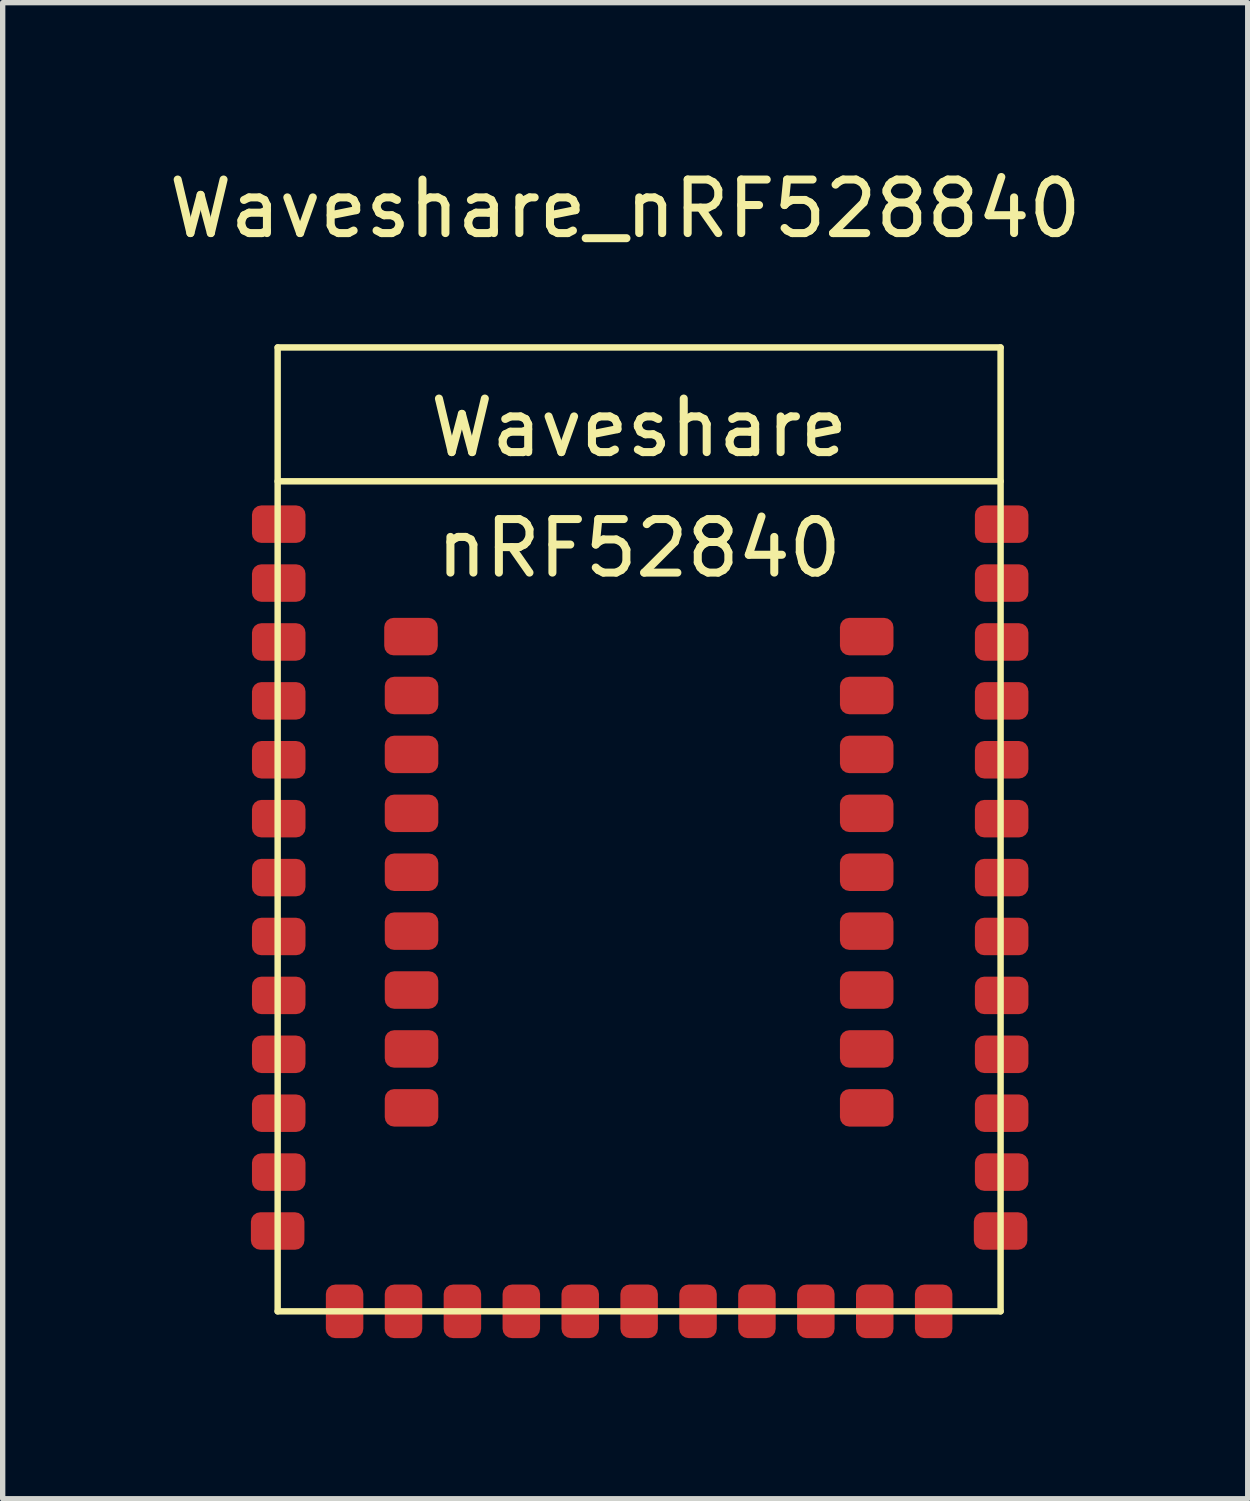
<source format=kicad_pcb>
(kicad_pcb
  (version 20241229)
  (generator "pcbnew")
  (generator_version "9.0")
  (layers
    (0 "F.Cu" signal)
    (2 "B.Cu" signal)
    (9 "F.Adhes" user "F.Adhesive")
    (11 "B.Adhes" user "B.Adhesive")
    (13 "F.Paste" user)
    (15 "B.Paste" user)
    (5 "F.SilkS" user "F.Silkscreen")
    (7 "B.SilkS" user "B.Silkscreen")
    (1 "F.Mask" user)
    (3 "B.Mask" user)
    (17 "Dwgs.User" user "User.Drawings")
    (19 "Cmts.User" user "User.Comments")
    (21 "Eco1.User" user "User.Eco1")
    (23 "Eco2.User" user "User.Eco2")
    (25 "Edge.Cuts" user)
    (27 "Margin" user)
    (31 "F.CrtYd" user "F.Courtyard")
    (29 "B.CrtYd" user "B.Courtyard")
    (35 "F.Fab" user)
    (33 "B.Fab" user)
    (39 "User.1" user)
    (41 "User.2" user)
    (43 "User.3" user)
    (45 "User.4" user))
  (footprint "Waveshare_nRF528840"
    (layer "F.Cu")
    (at 8.635 3.188)
    (property "Reference" "Waveshare_nRF528840" (at -0.01 -2.34 0) (unlocked yes) (layer "F.SilkS") (effects (font (size 1 1) (thickness 0.15))))
    (attr through_hole)
    (fp_line (start -6.5 0.25) (end -6.5 18.25) (stroke (width 0.12) (type solid)) (layer "F.SilkS"))
    (fp_line (start -6.5 18.25) (end 7 18.25) (stroke (width 0.12) (type solid)) (layer "F.SilkS"))
    (fp_line (start 7 0.25) (end -6.5 0.25) (stroke (width 0.12) (type solid)) (layer "F.SilkS"))
    (fp_line (start 7 2.75) (end -6.5 2.75) (stroke (width 0.12) (type solid)) (layer "F.SilkS"))
    (fp_line (start 7 18.25) (end 7 0.25) (stroke (width 0.12) (type solid)) (layer "F.SilkS"))
    (fp_text user "nRF52840" (at 0.25 4 0) (unlocked yes) (layer "F.SilkS") (effects (font (size 1 1) (thickness 0.15))))
    (fp_text user "Waveshare" (at 0.25 1.75 0) (unlocked yes) (layer "F.SilkS") (effects (font (size 1 1) (thickness 0.15))))
    (pad "A8" smd roundrect (at -6.48 14.55) (size 1 0.7) (layers "F.Cu" "F.Mask" "F.Paste") (roundrect_rratio 0.25))
    (pad "A10" smd roundrect (at -6.48 12.35) (size 1 0.7) (layers "F.Cu" "F.Mask" "F.Paste") (roundrect_rratio 0.25))
    (pad "A12" smd roundrect (at -6.48 10.15) (size 1 0.7) (layers "F.Cu" "F.Mask" "F.Paste") (roundrect_rratio 0.25))
    (pad "A14" smd roundrect (at -6.48 7.95) (size 1 0.7) (layers "F.Cu" "F.Mask" "F.Paste") (roundrect_rratio 0.25))
    (pad "A16" smd roundrect (at -6.48 6.85) (size 1 0.7) (layers "F.Cu" "F.Mask" "F.Paste") (roundrect_rratio 0.25))
    (pad "A20" smd roundrect (at -6.48 5.75) (size 1 0.7) (layers "F.Cu" "F.Mask" "F.Paste") (roundrect_rratio 0.25))
    (pad "AA24" smd roundrect (at 7.02 10.15) (size 1 0.7) (layers "F.Cu" "F.Mask" "F.Paste") (roundrect_rratio 0.25))
    (pad "AC9" smd roundrect (at 4.5 12.25) (size 1 0.7) (layers "F.Cu" "F.Mask" "F.Paste") (roundrect_rratio 0.25))
    (pad "AC11" smd roundrect (at 4.5 14.45) (size 1 0.7) (layers "F.Cu" "F.Mask" "F.Paste") (roundrect_rratio 0.25))
    (pad "AC13" smd roundrect (at 2.45 18.25 270) (size 1 0.7) (layers "F.Cu" "F.Mask" "F.Paste") (roundrect_rratio 0.25))
    (pad "AC15" smd roundrect (at 1.35 18.25 270) (size 1 0.7) (layers "F.Cu" "F.Mask" "F.Paste") (roundrect_rratio 0.25))
    (pad "AC17" smd roundrect (at 0.25 18.25 270) (size 1 0.7) (layers "F.Cu" "F.Mask" "F.Paste") (roundrect_rratio 0.25))
    (pad "AC19" smd roundrect (at -0.85 18.25 270) (size 1 0.7) (layers "F.Cu" "F.Mask" "F.Paste") (roundrect_rratio 0.25))
    (pad "AC21" smd roundrect (at -4 7.85) (size 1 0.7) (layers "F.Cu" "F.Mask" "F.Paste") (roundrect_rratio 0.25))
    (pad "AC24" smd roundrect (at 7.02 9.05) (size 1 0.7) (layers "F.Cu" "F.Mask" "F.Paste") (roundrect_rratio 0.25))
    (pad "AD2" smd roundrect (at 3.55 18.25 270) (size 1 0.7) (layers "F.Cu" "F.Mask" "F.Paste") (roundrect_rratio 0.25))
    (pad "AD4" smd roundrect (at 4.65 18.25 270) (size 1 0.7) (layers "F.Cu" "F.Mask" "F.Paste") (roundrect_rratio 0.25))
    (pad "AD6" smd roundrect (at 5.75 18.25 270) (size 1 0.7) (layers "F.Cu" "F.Mask" "F.Paste") (roundrect_rratio 0.25))
    (pad "AD8" smd roundrect (at 4.5 13.35) (size 1 0.7) (layers "F.Cu" "F.Mask" "F.Paste") (roundrect_rratio 0.25))
    (pad "AD10" smd roundrect (at 4.5 11.15) (size 1 0.7) (layers "F.Cu" "F.Mask" "F.Paste") (roundrect_rratio 0.25))
    (pad "AD12" smd roundrect (at 4.5 10.05) (size 1 0.7) (layers "F.Cu" "F.Mask" "F.Paste") (roundrect_rratio 0.25))
    (pad "AD16" smd roundrect (at 4.5 8.95) (size 1 0.7) (layers "F.Cu" "F.Mask" "F.Paste") (roundrect_rratio 0.25))
    (pad "AD18" smd roundrect (at 7.02 15.65) (size 1 0.7) (layers "F.Cu" "F.Mask" "F.Paste") (roundrect_rratio 0.25))
    (pad "AD20" smd roundrect (at 4.5 7.85) (size 1 0.7) (layers "F.Cu" "F.Mask" "F.Paste") (roundrect_rratio 0.25))
    (pad "AD22" smd roundrect (at 7.02 14.55) (size 1 0.7) (layers "F.Cu" "F.Mask" "F.Paste") (roundrect_rratio 0.25))
    (pad "B1" smd roundrect (at -5.25 18.25 270) (size 1 0.7) (layers "F.Cu" "F.Mask" "F.Paste") (roundrect_rratio 0.25))
    (pad "B7" smd roundrect (at -6.48 3.55) (size 1 0.7) (layers "F.Cu" "F.Mask" "F.Paste") (roundrect_rratio 0.25))
    (pad "B7" smd roundrect (at 7 16.75) (size 1 0.7) (layers "F.Cu" "F.Mask" "F.Paste") (roundrect_rratio 0.25))
    (pad "B7" smd roundrect (at 7.02 3.55) (size 1 0.7) (layers "F.Cu" "F.Mask" "F.Paste") (roundrect_rratio 0.25))
    (pad "B9" smd roundrect (at -6.48 13.45) (size 1 0.7) (layers "F.Cu" "F.Mask" "F.Paste") (roundrect_rratio 0.25))
    (pad "B11" smd roundrect (at -6.48 11.25) (size 1 0.7) (layers "F.Cu" "F.Mask" "F.Paste") (roundrect_rratio 0.25))
    (pad "B13" smd roundrect (at -6.48 9.05) (size 1 0.7) (layers "F.Cu" "F.Mask" "F.Paste") (roundrect_rratio 0.25))
    (pad "B15" smd roundrect (at -4.01 5.65) (size 1 0.7) (layers "F.Cu" "F.Mask" "F.Paste") (roundrect_rratio 0.25))
    (pad "B17" smd roundrect (at -4 6.75) (size 1 0.7) (layers "F.Cu" "F.Mask" "F.Paste") (roundrect_rratio 0.25))
    (pad "B19" smd roundrect (at -6.48 4.65) (size 1 0.7) (layers "F.Cu" "F.Mask" "F.Paste") (roundrect_rratio 0.25))
    (pad "G1" smd roundrect (at -4 14.45) (size 1 0.7) (layers "F.Cu" "F.Mask" "F.Paste") (roundrect_rratio 0.25))
    (pad "H2" smd roundrect (at -4 11.15) (size 1 0.7) (layers "F.Cu" "F.Mask" "F.Paste") (roundrect_rratio 0.25))
    (pad "J1" smd roundrect (at -6.48 15.65) (size 1 0.7) (layers "F.Cu" "F.Mask" "F.Paste") (roundrect_rratio 0.25))
    (pad "J24" smd roundrect (at 7.02 4.65) (size 1 0.7) (layers "F.Cu" "F.Mask" "F.Paste") (roundrect_rratio 0.25))
    (pad "K2" smd roundrect (at -6.5 16.75) (size 1 0.7) (layers "F.Cu" "F.Mask" "F.Paste") (roundrect_rratio 0.25))
    (pad "L1" smd roundrect (at -4 13.35) (size 1 0.7) (layers "F.Cu" "F.Mask" "F.Paste") (roundrect_rratio 0.25))
    (pad "L24" smd roundrect (at 7.02 5.75) (size 1 0.7) (layers "F.Cu" "F.Mask" "F.Paste") (roundrect_rratio 0.25))
    (pad "M2" smd roundrect (at -4.15 18.25 270) (size 1 0.7) (layers "F.Cu" "F.Mask" "F.Paste") (roundrect_rratio 0.25))
    (pad "N1" smd roundrect (at -4 12.25) (size 1 0.7) (layers "F.Cu" "F.Mask" "F.Paste") (roundrect_rratio 0.25))
    (pad "P2" smd roundrect (at -4 10.05) (size 1 0.7) (layers "F.Cu" "F.Mask" "F.Paste") (roundrect_rratio 0.25))
    (pad "P23" smd roundrect (at 4.5 5.65) (size 1 0.7) (layers "F.Cu" "F.Mask" "F.Paste") (roundrect_rratio 0.25))
    (pad "R1" smd roundrect (at -3.05 18.25 270) (size 1 0.7) (layers "F.Cu" "F.Mask" "F.Paste") (roundrect_rratio 0.25))
    (pad "R24" smd roundrect (at 7.02 6.85) (size 1 0.7) (layers "F.Cu" "F.Mask" "F.Paste") (roundrect_rratio 0.25))
    (pad "T2" smd roundrect (at -4 8.95) (size 1 0.7) (layers "F.Cu" "F.Mask" "F.Paste") (roundrect_rratio 0.25))
    (pad "T23" smd roundrect (at 4.5 6.75) (size 1 0.7) (layers "F.Cu" "F.Mask" "F.Paste") (roundrect_rratio 0.25))
    (pad "U1" smd roundrect (at -1.95 18.25 270) (size 1 0.7) (layers "F.Cu" "F.Mask" "F.Paste") (roundrect_rratio 0.25))
    (pad "U24" smd roundrect (at 7.02 7.95) (size 1 0.7) (layers "F.Cu" "F.Mask" "F.Paste") (roundrect_rratio 0.25))
    (pad "V23" smd roundrect (at 7.02 13.45) (size 1 0.7) (layers "F.Cu" "F.Mask" "F.Paste") (roundrect_rratio 0.25))
    (pad "W24" smd roundrect (at 7.02 11.25) (size 1 0.7) (layers "F.Cu" "F.Mask" "F.Paste") (roundrect_rratio 0.25))
    (pad "Y23" smd roundrect (at 7.02 12.35) (size 1 0.7) (layers "F.Cu" "F.Mask" "F.Paste") (roundrect_rratio 0.25)))
  (gr_rect
    (start -3 -3)
    (end 20.25 24.938)
    (stroke (width 0.1) (type default))
    (fill no)
    (layer "Edge.Cuts")))
</source>
